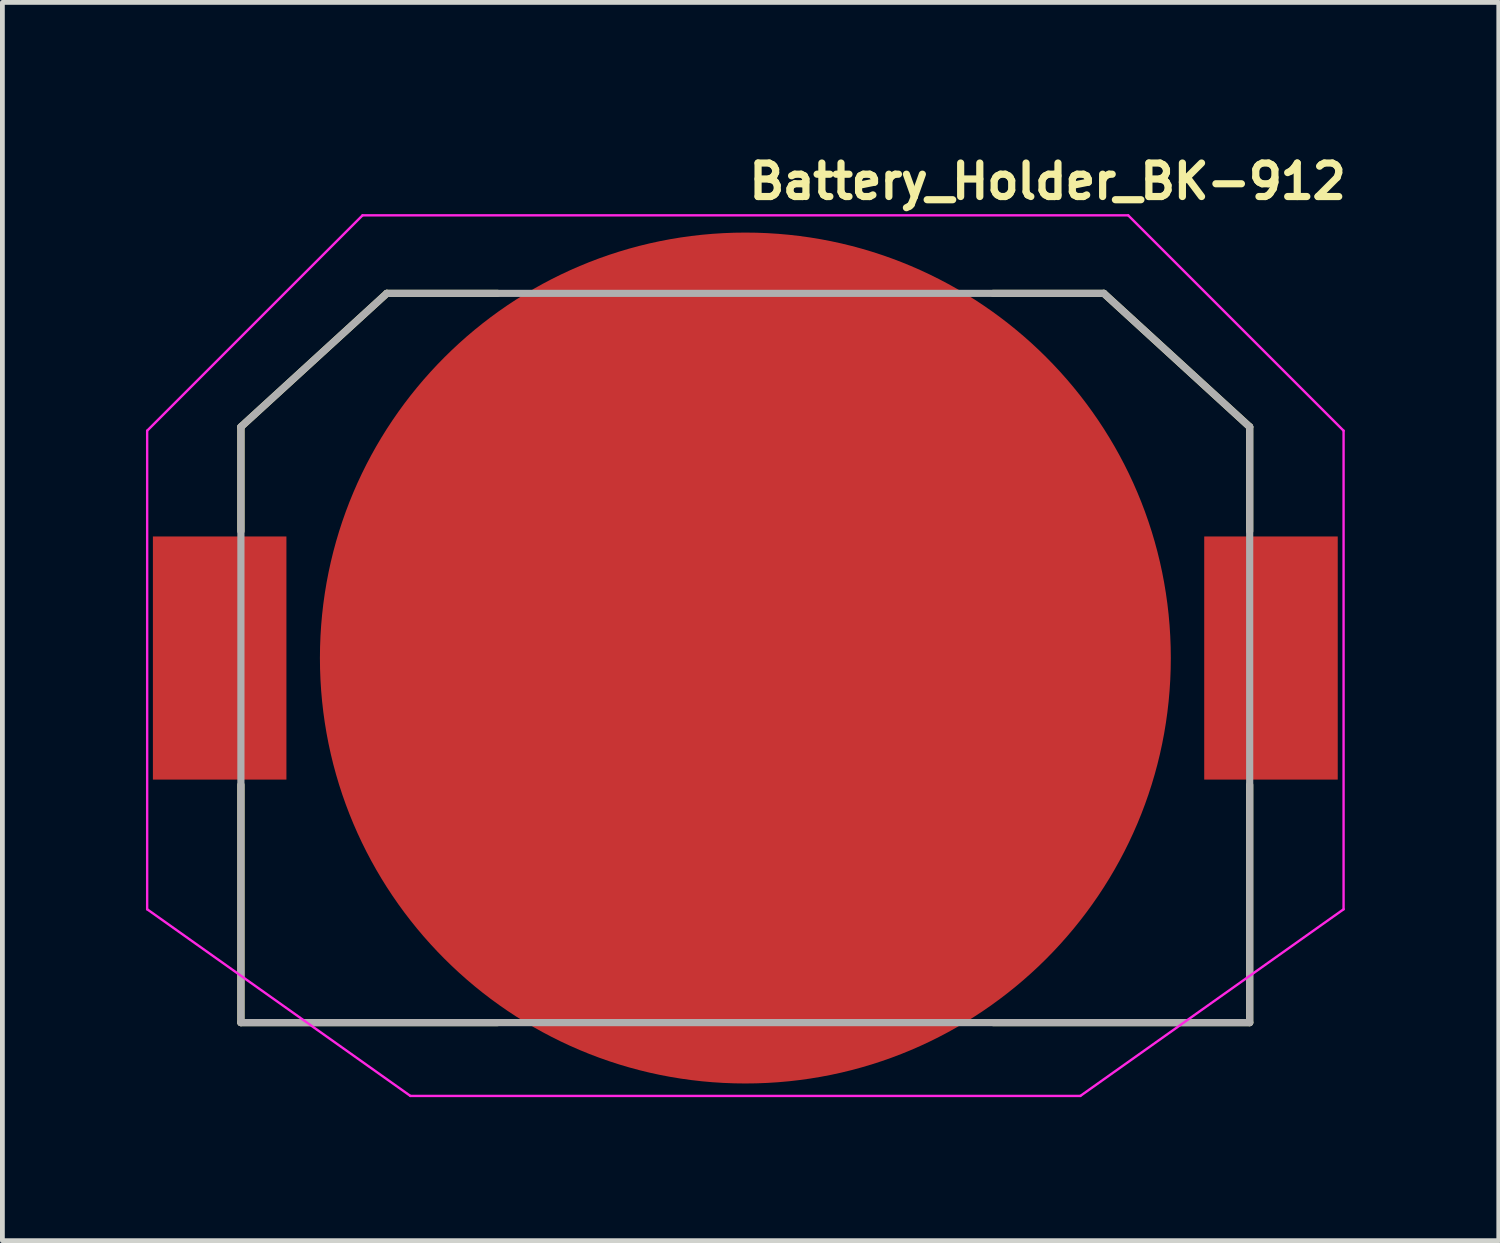
<source format=kicad_pcb>
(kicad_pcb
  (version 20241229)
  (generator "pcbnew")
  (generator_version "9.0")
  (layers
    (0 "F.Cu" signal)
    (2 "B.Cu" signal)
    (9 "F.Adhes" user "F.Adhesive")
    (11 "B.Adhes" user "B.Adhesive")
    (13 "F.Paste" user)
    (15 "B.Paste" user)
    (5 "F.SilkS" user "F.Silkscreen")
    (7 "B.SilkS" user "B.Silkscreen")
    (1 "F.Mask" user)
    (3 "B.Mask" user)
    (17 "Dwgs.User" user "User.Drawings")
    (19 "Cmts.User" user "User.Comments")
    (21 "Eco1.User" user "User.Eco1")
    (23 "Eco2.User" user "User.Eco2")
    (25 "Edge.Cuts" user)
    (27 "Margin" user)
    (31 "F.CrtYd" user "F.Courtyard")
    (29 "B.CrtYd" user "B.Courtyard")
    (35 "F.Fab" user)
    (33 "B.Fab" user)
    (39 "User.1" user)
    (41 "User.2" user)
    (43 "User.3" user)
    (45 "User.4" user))
  (footprint "Battery_Holder_BK-912"
    (layer "F.Cu")
    (at 12.525 10.95)
    (property "Reference" "Battery_Holder_BK-912" (at 0 -9.8 0) (layer "F.SilkS") (effects (font (size 0.7 0.7) (thickness 0.15)) (justify left bottom)))
    (attr smd)
    (fp_line (start -10.541 -5.08) (end -7.492 -7.87) (stroke (width 0.15) (type solid)) (layer "F.SilkS"))
    (fp_line (start -10.541 -2.9) (end -10.541 -5.08) (stroke (width 0.15) (type solid)) (layer "F.SilkS"))
    (fp_line (start -10.541 7.368) (end -10.541 2.4) (stroke (width 0.15) (type solid)) (layer "F.SilkS"))
    (fp_line (start -7.492 -7.87) (end -5.18 -7.87) (stroke (width 0.15) (type solid)) (layer "F.SilkS"))
    (fp_line (start -5.18 7.368) (end -10.541 7.368) (stroke (width 0.15) (type solid)) (layer "F.SilkS"))
    (fp_line (start 5.179 -7.87) (end 7.49 -7.87) (stroke (width 0.15) (type solid)) (layer "F.SilkS"))
    (fp_line (start 7.49 -7.87) (end 10.538 -5.08) (stroke (width 0.15) (type solid)) (layer "F.SilkS"))
    (fp_line (start 10.538 -5.08) (end 10.538 -2.9) (stroke (width 0.15) (type solid)) (layer "F.SilkS"))
    (fp_line (start 10.538 2.4) (end 10.538 7.368) (stroke (width 0.15) (type solid)) (layer "F.SilkS"))
    (fp_line (start 10.538 7.368) (end 5.179 7.368) (stroke (width 0.15) (type solid)) (layer "F.SilkS"))
    (fp_line (start -12.5 -5) (end -8 -9.5) (stroke (width 0.05) (type solid)) (layer "F.CrtYd"))
    (fp_line (start -12.5 5) (end -12.5 -5) (stroke (width 0.05) (type solid)) (layer "F.CrtYd"))
    (fp_line (start -12.5 5) (end -7 8.9) (stroke (width 0.05) (type solid)) (layer "F.CrtYd"))
    (fp_line (start -8 -9.5) (end 8 -9.5) (stroke (width 0.05) (type solid)) (layer "F.CrtYd"))
    (fp_line (start -7 8.9) (end 7 8.9) (stroke (width 0.05) (type solid)) (layer "F.CrtYd"))
    (fp_line (start 7 8.9) (end 12.5 5) (stroke (width 0.05) (type solid)) (layer "F.CrtYd"))
    (fp_line (start 8 -9.5) (end 12.5 -5) (stroke (width 0.05) (type solid)) (layer "F.CrtYd"))
    (fp_line (start 12.5 -5) (end 12.5 5) (stroke (width 0.05) (type solid)) (layer "F.CrtYd"))
    (fp_line (start -10.541 -5.08) (end -7.492 -7.87) (stroke (width 0.15) (type solid)) (layer "F.Fab"))
    (fp_line (start -10.541 7.368) (end -10.541 -5.08) (stroke (width 0.15) (type solid)) (layer "F.Fab"))
    (fp_line (start -7.492 -7.87) (end 7.49 -7.87) (stroke (width 0.15) (type solid)) (layer "F.Fab"))
    (fp_line (start 7.49 -7.87) (end 10.538 -5.08) (stroke (width 0.15) (type solid)) (layer "F.Fab"))
    (fp_line (start 10.538 -5.08) (end 10.538 7.368) (stroke (width 0.15) (type solid)) (layer "F.Fab"))
    (fp_line (start 10.538 7.368) (end -10.541 7.368) (stroke (width 0.15) (type solid)) (layer "F.Fab"))
    (fp_rect (start -11.43 -7.62) (end 11.429 7.618) (stroke (width 0.1) (type solid)) (fill no) (layer "User.5"))
    (fp_line (start -11.43 -2.79) (end -10.641 -2.79) (stroke (width 0.02) (type solid)) (layer "User.9"))
    (fp_line (start -11.43 -1.01) (end -11.43 -2.79) (stroke (width 0.02) (type solid)) (layer "User.9"))
    (fp_line (start -11.43 0.508) (end -10.641 0.508) (stroke (width 0.02) (type solid)) (layer "User.9"))
    (fp_line (start -11.43 2.289) (end -11.43 0.508) (stroke (width 0.02) (type solid)) (layer "User.9"))
    (fp_line (start -10.641 -1.01) (end -11.43 -1.01) (stroke (width 0.02) (type solid)) (layer "User.9"))
    (fp_line (start -10.641 -1.01) (end -10.541 -1.01) (stroke (width 0.02) (type solid)) (layer "User.9"))
    (fp_line (start -10.641 2.289) (end -11.43 2.289) (stroke (width 0.02) (type solid)) (layer "User.9"))
    (fp_line (start -10.641 2.289) (end -10.541 2.289) (stroke (width 0.02) (type solid)) (layer "User.9"))
    (fp_line (start -10.541 -4.667) (end -10.541 -4.667) (stroke (width 0.02) (type solid)) (layer "User.9"))
    (fp_line (start -10.541 -4.667) (end -10.541 -4.667) (stroke (width 0.02) (type solid)) (layer "User.9"))
    (fp_line (start -10.541 -4.667) (end -10.539 -4.667) (stroke (width 0.02) (type solid)) (layer "User.9"))
    (fp_line (start -10.541 -2.79) (end -10.641 -2.79) (stroke (width 0.02) (type solid)) (layer "User.9"))
    (fp_line (start -10.541 -1.01) (end -10.541 -2.79) (stroke (width 0.02) (type solid)) (layer "User.9"))
    (fp_line (start -10.541 0.508) (end -10.641 0.508) (stroke (width 0.02) (type solid)) (layer "User.9"))
    (fp_line (start -10.541 2.289) (end -10.541 0.508) (stroke (width 0.02) (type solid)) (layer "User.9"))
    (fp_line (start -10.541 4.32) (end -10.541 -4.667) (stroke (width 0.02) (type solid)) (layer "User.9"))
    (fp_line (start -10.541 4.326) (end -10.541 4.32) (stroke (width 0.02) (type solid)) (layer "User.9"))
    (fp_line (start -10.539 -4.667) (end -10.536 -4.667) (stroke (width 0.02) (type solid)) (layer "User.9"))
    (fp_line (start -10.539 4.334) (end -10.541 4.326) (stroke (width 0.02) (type solid)) (layer "User.9"))
    (fp_line (start -10.538 4.342) (end -10.539 4.334) (stroke (width 0.02) (type solid)) (layer "User.9"))
    (fp_line (start -10.536 -4.667) (end -10.533 -4.667) (stroke (width 0.02) (type solid)) (layer "User.9"))
    (fp_line (start -10.535 4.35) (end -10.538 4.342) (stroke (width 0.02) (type solid)) (layer "User.9"))
    (fp_line (start -10.533 -4.667) (end -10.526 -4.669) (stroke (width 0.02) (type solid)) (layer "User.9"))
    (fp_line (start -10.53 4.357) (end -10.535 4.35) (stroke (width 0.02) (type solid)) (layer "User.9"))
    (fp_line (start -10.526 -4.669) (end -10.514 -4.669) (stroke (width 0.02) (type solid)) (layer "User.9"))
    (fp_line (start -10.526 4.365) (end -10.53 4.357) (stroke (width 0.02) (type solid)) (layer "User.9"))
    (fp_line (start -10.514 -4.669) (end -10.5 -4.67) (stroke (width 0.02) (type solid)) (layer "User.9"))
    (fp_line (start -10.514 4.381) (end -10.526 4.365) (stroke (width 0.02) (type solid)) (layer "User.9"))
    (fp_line (start -10.5 -4.67) (end -10.483 -4.67) (stroke (width 0.02) (type solid)) (layer "User.9"))
    (fp_line (start -10.5 4.397) (end -10.514 4.381) (stroke (width 0.02) (type solid)) (layer "User.9"))
    (fp_line (start -10.483 -4.67) (end -10.462 -4.67) (stroke (width 0.02) (type solid)) (layer "User.9"))
    (fp_line (start -10.481 4.411) (end -10.5 4.397) (stroke (width 0.02) (type solid)) (layer "User.9"))
    (fp_line (start -10.462 -4.67) (end -10.439 -4.672) (stroke (width 0.02) (type solid)) (layer "User.9"))
    (fp_line (start -10.461 4.427) (end -10.481 4.411) (stroke (width 0.02) (type solid)) (layer "User.9"))
    (fp_line (start -10.439 -4.672) (end -10.439 -4.672) (stroke (width 0.02) (type solid)) (layer "User.9"))
    (fp_line (start -10.439 -4.672) (end -10.324 -4.675) (stroke (width 0.02) (type solid)) (layer "User.9"))
    (fp_line (start -10.437 4.443) (end -10.461 4.427) (stroke (width 0.02) (type solid)) (layer "User.9"))
    (fp_line (start -10.42 -4.941) (end -10.42 -4.943) (stroke (width 0.02) (type solid)) (layer "User.9"))
    (fp_line (start -10.419 -4.941) (end -10.42 -4.941) (stroke (width 0.02) (type solid)) (layer "User.9"))
    (fp_line (start -10.416 -4.936) (end -10.419 -4.941) (stroke (width 0.02) (type solid)) (layer "User.9"))
    (fp_line (start -10.413 4.459) (end -10.437 4.443) (stroke (width 0.02) (type solid)) (layer "User.9"))
    (fp_line (start -10.41 -4.93) (end -10.416 -4.936) (stroke (width 0.02) (type solid)) (layer "User.9"))
    (fp_line (start -10.404 -4.92) (end -10.41 -4.93) (stroke (width 0.02) (type solid)) (layer "User.9"))
    (fp_line (start -10.385 4.474) (end -10.413 4.459) (stroke (width 0.02) (type solid)) (layer "User.9"))
    (fp_line (start -10.382 -4.896) (end -10.404 -4.92) (stroke (width 0.02) (type solid)) (layer "User.9"))
    (fp_line (start -10.356 4.488) (end -10.385 4.474) (stroke (width 0.02) (type solid)) (layer "User.9"))
    (fp_line (start -10.355 -4.862) (end -10.382 -4.896) (stroke (width 0.02) (type solid)) (layer "User.9"))
    (fp_line (start -10.355 -4.862) (end -10.355 -4.862) (stroke (width 0.02) (type solid)) (layer "User.9"))
    (fp_line (start -10.326 4.504) (end -10.356 4.488) (stroke (width 0.02) (type solid)) (layer "User.9"))
    (fp_line (start -10.324 -4.675) (end -10.19 -4.677) (stroke (width 0.02) (type solid)) (layer "User.9"))
    (fp_line (start -10.279 -4.778) (end -10.355 -4.862) (stroke (width 0.02) (type solid)) (layer "User.9"))
    (fp_line (start -10.26 4.536) (end -10.326 4.504) (stroke (width 0.02) (type solid)) (layer "User.9"))
    (fp_line (start -10.19 -4.677) (end -10.279 -4.778) (stroke (width 0.02) (type solid)) (layer "User.9"))
    (fp_line (start -10.19 4.567) (end -10.26 4.536) (stroke (width 0.02) (type solid)) (layer "User.9"))
    (fp_line (start -10.19 4.567) (end -6.103 7.456) (stroke (width 0.02) (type solid)) (layer "User.9"))
    (fp_line (start -8.637 -2.918) (end -8.637 -2.673) (stroke (width 0.02) (type solid)) (layer "User.9"))
    (fp_line (start -8.637 -2.673) (end -8.618 -2.431) (stroke (width 0.02) (type solid)) (layer "User.9"))
    (fp_line (start -8.618 -2.431) (end -8.58 -2.193) (stroke (width 0.02) (type solid)) (layer "User.9"))
    (fp_line (start -8.616 -3.164) (end -8.637 -2.918) (stroke (width 0.02) (type solid)) (layer "User.9"))
    (fp_line (start -8.58 -2.193) (end -8.523 -1.958) (stroke (width 0.02) (type solid)) (layer "User.9"))
    (fp_line (start -8.576 -3.408) (end -8.616 -3.164) (stroke (width 0.02) (type solid)) (layer "User.9"))
    (fp_line (start -8.523 -1.958) (end -8.449 -1.73) (stroke (width 0.02) (type solid)) (layer "User.9"))
    (fp_line (start -8.514 -3.653) (end -8.576 -3.408) (stroke (width 0.02) (type solid)) (layer "User.9"))
    (fp_line (start -8.514 -3.653) (end -8.514 -3.653) (stroke (width 0.02) (type solid)) (layer "User.9"))
    (fp_line (start -8.477 -3.773) (end -8.514 -3.653) (stroke (width 0.02) (type solid)) (layer "User.9"))
    (fp_line (start -8.449 -1.73) (end -8.356 -1.508) (stroke (width 0.02) (type solid)) (layer "User.9"))
    (fp_line (start -8.433 -3.891) (end -8.477 -3.773) (stroke (width 0.02) (type solid)) (layer "User.9"))
    (fp_line (start -8.356 -1.508) (end -8.246 -1.293) (stroke (width 0.02) (type solid)) (layer "User.9"))
    (fp_line (start -8.334 -4.119) (end -8.433 -3.891) (stroke (width 0.02) (type solid)) (layer "User.9"))
    (fp_line (start -8.246 -1.293) (end -8.119 -1.087) (stroke (width 0.02) (type solid)) (layer "User.9"))
    (fp_line (start -8.218 -4.335) (end -8.334 -4.119) (stroke (width 0.02) (type solid)) (layer "User.9"))
    (fp_line (start -8.119 -1.087) (end -7.975 -0.891) (stroke (width 0.02) (type solid)) (layer "User.9"))
    (fp_line (start -8.087 -4.54) (end -8.218 -4.335) (stroke (width 0.02) (type solid)) (layer "User.9"))
    (fp_line (start -7.975 -0.891) (end -7.816 -0.706) (stroke (width 0.02) (type solid)) (layer "User.9"))
    (fp_line (start -7.939 -4.734) (end -8.087 -4.54) (stroke (width 0.02) (type solid)) (layer "User.9"))
    (fp_line (start -7.816 -0.706) (end -7.64 -0.535) (stroke (width 0.02) (type solid)) (layer "User.9"))
    (fp_line (start -7.779 -4.914) (end -7.939 -4.734) (stroke (width 0.02) (type solid)) (layer "User.9"))
    (fp_line (start -7.64 -0.535) (end -7.449 -0.374) (stroke (width 0.02) (type solid)) (layer "User.9"))
    (fp_line (start -7.603 -5.08) (end -7.779 -4.914) (stroke (width 0.02) (type solid)) (layer "User.9"))
    (fp_line (start -7.492 -7.62) (end -10.42 -4.943) (stroke (width 0.02) (type solid)) (layer "User.9"))
    (fp_line (start -7.449 -0.374) (end -7.244 -0.23) (stroke (width 0.02) (type solid)) (layer "User.9"))
    (fp_line (start -7.417 -5.231) (end -7.603 -5.08) (stroke (width 0.02) (type solid)) (layer "User.9"))
    (fp_line (start -7.34 -7.62) (end -7.492 -7.62) (stroke (width 0.02) (type solid)) (layer "User.9"))
    (fp_line (start -7.34 -7.62) (end -7.34 -7.62) (stroke (width 0.02) (type solid)) (layer "User.9"))
    (fp_line (start -7.244 -0.23) (end -7.244 4.32) (stroke (width 0.02) (type solid)) (layer "User.9"))
    (fp_line (start -7.244 4.18) (end -7.242 4.046) (stroke (width 0.02) (type solid)) (layer "User.9"))
    (fp_line (start -7.242 -2.79) (end -7.239 -2.902) (stroke (width 0.02) (type solid)) (layer "User.9"))
    (fp_line (start -7.242 -0.803) (end -7.242 -2.79) (stroke (width 0.02) (type solid)) (layer "User.9"))
    (fp_line (start -7.242 -0.766) (end -7.242 -0.803) (stroke (width 0.02) (type solid)) (layer "User.9"))
    (fp_line (start -7.242 3.528) (end -7.242 -0.766) (stroke (width 0.02) (type solid)) (layer "User.9"))
    (fp_line (start -7.242 4.32) (end -7.244 4.18) (stroke (width 0.02) (type solid)) (layer "User.9"))
    (fp_line (start -7.239 -2.902) (end -7.228 -3.009) (stroke (width 0.02) (type solid)) (layer "User.9"))
    (fp_line (start -7.228 -3.009) (end -7.21 -3.117) (stroke (width 0.02) (type solid)) (layer "User.9"))
    (fp_line (start -7.218 -5.369) (end -7.417 -5.231) (stroke (width 0.02) (type solid)) (layer "User.9"))
    (fp_line (start -7.21 -3.117) (end -7.185 -3.222) (stroke (width 0.02) (type solid)) (layer "User.9"))
    (fp_line (start -7.185 -3.222) (end -7.154 -3.325) (stroke (width 0.02) (type solid)) (layer "User.9"))
    (fp_line (start -7.154 -3.325) (end -7.116 -3.424) (stroke (width 0.02) (type solid)) (layer "User.9"))
    (fp_line (start -7.116 -3.424) (end -7.071 -3.523) (stroke (width 0.02) (type solid)) (layer "User.9"))
    (fp_line (start -7.071 -3.523) (end -7.021 -3.617) (stroke (width 0.02) (type solid)) (layer "User.9"))
    (fp_line (start -7.021 -3.617) (end -6.965 -3.708) (stroke (width 0.02) (type solid)) (layer "User.9"))
    (fp_line (start -7.01 -5.489) (end -7.218 -5.369) (stroke (width 0.02) (type solid)) (layer "User.9"))
    (fp_line (start -6.973 -7.62) (end -7.34 -7.62) (stroke (width 0.02) (type solid)) (layer "User.9"))
    (fp_line (start -6.973 -7.62) (end 6.97 -7.62) (stroke (width 0.02) (type solid)) (layer "User.9"))
    (fp_line (start -6.965 -3.708) (end -6.902 -3.794) (stroke (width 0.02) (type solid)) (layer "User.9"))
    (fp_line (start -6.902 -3.794) (end -6.835 -3.878) (stroke (width 0.02) (type solid)) (layer "User.9"))
    (fp_line (start -6.835 -3.878) (end -6.76 -3.955) (stroke (width 0.02) (type solid)) (layer "User.9"))
    (fp_line (start -6.792 -5.593) (end -7.01 -5.489) (stroke (width 0.02) (type solid)) (layer "User.9"))
    (fp_line (start -6.76 -3.955) (end -6.683 -4.029) (stroke (width 0.02) (type solid)) (layer "User.9"))
    (fp_line (start -6.683 -4.029) (end -6.598 -4.098) (stroke (width 0.02) (type solid)) (layer "User.9"))
    (fp_line (start -6.598 -4.098) (end -6.51 -4.162) (stroke (width 0.02) (type solid)) (layer "User.9"))
    (fp_line (start -6.564 -5.68) (end -6.792 -5.593) (stroke (width 0.02) (type solid)) (layer "User.9"))
    (fp_line (start -6.51 -4.162) (end -6.417 -4.22) (stroke (width 0.02) (type solid)) (layer "User.9"))
    (fp_line (start -6.417 -4.22) (end -6.417 -4.22) (stroke (width 0.02) (type solid)) (layer "User.9"))
    (fp_line (start -6.417 -4.22) (end -6.319 -4.273) (stroke (width 0.02) (type solid)) (layer "User.9"))
    (fp_line (start -6.329 -5.749) (end -6.564 -5.68) (stroke (width 0.02) (type solid)) (layer "User.9"))
    (fp_line (start -6.319 -4.273) (end -6.22 -4.318) (stroke (width 0.02) (type solid)) (layer "User.9"))
    (fp_line (start -6.22 -4.318) (end -6.119 -4.356) (stroke (width 0.02) (type solid)) (layer "User.9"))
    (fp_line (start -6.119 -4.356) (end -6.015 -4.387) (stroke (width 0.02) (type solid)) (layer "User.9"))
    (fp_line (start -6.103 7.456) (end -6.076 7.475) (stroke (width 0.02) (type solid)) (layer "User.9"))
    (fp_line (start -6.09 -5.798) (end -6.329 -5.749) (stroke (width 0.02) (type solid)) (layer "User.9"))
    (fp_line (start -6.076 7.475) (end -6.045 7.493) (stroke (width 0.02) (type solid)) (layer "User.9"))
    (fp_line (start -6.045 7.493) (end -6.016 7.51) (stroke (width 0.02) (type solid)) (layer "User.9"))
    (fp_line (start -6.016 7.51) (end -5.986 7.526) (stroke (width 0.02) (type solid)) (layer "User.9"))
    (fp_line (start -6.015 -4.387) (end -5.911 -4.411) (stroke (width 0.02) (type solid)) (layer "User.9"))
    (fp_line (start -5.986 7.526) (end -5.954 7.541) (stroke (width 0.02) (type solid)) (layer "User.9"))
    (fp_line (start -5.954 7.541) (end -5.923 7.554) (stroke (width 0.02) (type solid)) (layer "User.9"))
    (fp_line (start -5.923 7.554) (end -5.891 7.567) (stroke (width 0.02) (type solid)) (layer "User.9"))
    (fp_line (start -5.911 -4.411) (end -5.805 -4.428) (stroke (width 0.02) (type solid)) (layer "User.9"))
    (fp_line (start -5.891 7.567) (end -5.859 7.578) (stroke (width 0.02) (type solid)) (layer "User.9"))
    (fp_line (start -5.859 7.578) (end -5.827 7.586) (stroke (width 0.02) (type solid)) (layer "User.9"))
    (fp_line (start -5.843 -5.829) (end -6.09 -5.798) (stroke (width 0.02) (type solid)) (layer "User.9"))
    (fp_line (start -5.827 7.586) (end -5.794 7.595) (stroke (width 0.02) (type solid)) (layer "User.9"))
    (fp_line (start -5.805 -4.428) (end -5.697 -4.438) (stroke (width 0.02) (type solid)) (layer "User.9"))
    (fp_line (start -5.794 7.595) (end -5.76 7.602) (stroke (width 0.02) (type solid)) (layer "User.9"))
    (fp_line (start -5.76 7.602) (end -5.726 7.608) (stroke (width 0.02) (type solid)) (layer "User.9"))
    (fp_line (start -5.726 7.608) (end -5.693 7.613) (stroke (width 0.02) (type solid)) (layer "User.9"))
    (fp_line (start -5.718 -5.837) (end -5.843 -5.829) (stroke (width 0.02) (type solid)) (layer "User.9"))
    (fp_line (start -5.697 -4.438) (end -5.59 -4.441) (stroke (width 0.02) (type solid)) (layer "User.9"))
    (fp_line (start -5.693 7.613) (end -5.659 7.616) (stroke (width 0.02) (type solid)) (layer "User.9"))
    (fp_line (start -5.659 7.616) (end -5.625 7.618) (stroke (width 0.02) (type solid)) (layer "User.9"))
    (fp_line (start -5.625 7.618) (end -5.59 7.618) (stroke (width 0.02) (type solid)) (layer "User.9"))
    (fp_line (start -5.592 -5.838) (end -5.718 -5.837) (stroke (width 0.02) (type solid)) (layer "User.9"))
    (fp_line (start -5.592 -5.838) (end -5.592 -5.838) (stroke (width 0.02) (type solid)) (layer "User.9"))
    (fp_line (start -5.59 -4.441) (end -5.484 -4.438) (stroke (width 0.02) (type solid)) (layer "User.9"))
    (fp_line (start -5.59 7.618) (end -5.561 7.618) (stroke (width 0.02) (type solid)) (layer "User.9"))
    (fp_line (start -5.561 7.618) (end -5.531 7.618) (stroke (width 0.02) (type solid)) (layer "User.9"))
    (fp_line (start -5.531 7.618) (end -5.5 7.615) (stroke (width 0.02) (type solid)) (layer "User.9"))
    (fp_line (start -5.5 7.615) (end -5.471 7.611) (stroke (width 0.02) (type solid)) (layer "User.9"))
    (fp_line (start -5.484 -4.438) (end -5.377 -4.428) (stroke (width 0.02) (type solid)) (layer "User.9"))
    (fp_line (start -5.471 7.611) (end -5.443 7.607) (stroke (width 0.02) (type solid)) (layer "User.9"))
    (fp_line (start -5.465 -5.837) (end -5.592 -5.838) (stroke (width 0.02) (type solid)) (layer "User.9"))
    (fp_line (start -5.443 7.607) (end -5.414 7.602) (stroke (width 0.02) (type solid)) (layer "User.9"))
    (fp_line (start -5.414 7.602) (end -5.385 7.594) (stroke (width 0.02) (type solid)) (layer "User.9"))
    (fp_line (start -5.385 7.594) (end -5.356 7.587) (stroke (width 0.02) (type solid)) (layer "User.9"))
    (fp_line (start -5.377 -4.428) (end -5.271 -4.411) (stroke (width 0.02) (type solid)) (layer "User.9"))
    (fp_line (start -5.356 7.587) (end -5.327 7.579) (stroke (width 0.02) (type solid)) (layer "User.9"))
    (fp_line (start -5.34 -5.829) (end -5.465 -5.837) (stroke (width 0.02) (type solid)) (layer "User.9"))
    (fp_line (start -5.327 7.579) (end -5.3 7.57) (stroke (width 0.02) (type solid)) (layer "User.9"))
    (fp_line (start -5.3 7.57) (end -5.271 7.56) (stroke (width 0.02) (type solid)) (layer "User.9"))
    (fp_line (start -5.271 -4.411) (end -5.167 -4.387) (stroke (width 0.02) (type solid)) (layer "User.9"))
    (fp_line (start -5.271 7.56) (end -5.244 7.549) (stroke (width 0.02) (type solid)) (layer "User.9"))
    (fp_line (start -5.244 7.549) (end -5.218 7.538) (stroke (width 0.02) (type solid)) (layer "User.9"))
    (fp_line (start -5.218 7.538) (end -5.191 7.525) (stroke (width 0.02) (type solid)) (layer "User.9"))
    (fp_line (start -5.215 -5.816) (end -5.34 -5.829) (stroke (width 0.02) (type solid)) (layer "User.9"))
    (fp_line (start -5.191 7.525) (end -5.164 7.51) (stroke (width 0.02) (type solid)) (layer "User.9"))
    (fp_line (start -5.167 -4.387) (end -5.063 -4.356) (stroke (width 0.02) (type solid)) (layer "User.9"))
    (fp_line (start -5.164 7.51) (end -5.138 7.496) (stroke (width 0.02) (type solid)) (layer "User.9"))
    (fp_line (start -5.093 -5.798) (end -5.215 -5.816) (stroke (width 0.02) (type solid)) (layer "User.9"))
    (fp_line (start -5.063 -4.356) (end -4.962 -4.318) (stroke (width 0.02) (type solid)) (layer "User.9"))
    (fp_line (start -4.971 -5.776) (end -5.093 -5.798) (stroke (width 0.02) (type solid)) (layer "User.9"))
    (fp_line (start -4.962 -4.318) (end -4.862 -4.273) (stroke (width 0.02) (type solid)) (layer "User.9"))
    (fp_line (start -4.862 -4.273) (end -4.765 -4.22) (stroke (width 0.02) (type solid)) (layer "User.9"))
    (fp_line (start -4.853 -5.749) (end -4.971 -5.776) (stroke (width 0.02) (type solid)) (layer "User.9"))
    (fp_line (start -4.765 -4.22) (end -4.765 -4.22) (stroke (width 0.02) (type solid)) (layer "User.9"))
    (fp_line (start -4.765 -4.22) (end -4.718 -4.193) (stroke (width 0.02) (type solid)) (layer "User.9"))
    (fp_line (start -4.734 -5.717) (end -4.853 -5.749) (stroke (width 0.02) (type solid)) (layer "User.9"))
    (fp_line (start -4.718 -4.193) (end -4.672 -4.162) (stroke (width 0.02) (type solid)) (layer "User.9"))
    (fp_line (start -4.672 -4.162) (end -4.627 -4.132) (stroke (width 0.02) (type solid)) (layer "User.9"))
    (fp_line (start -4.627 -4.132) (end -4.584 -4.098) (stroke (width 0.02) (type solid)) (layer "User.9"))
    (fp_line (start -4.617 -5.68) (end -4.734 -5.717) (stroke (width 0.02) (type solid)) (layer "User.9"))
    (fp_line (start -4.584 -4.098) (end -4.54 -4.066) (stroke (width 0.02) (type solid)) (layer "User.9"))
    (fp_line (start -4.54 -4.066) (end -4.499 -4.029) (stroke (width 0.02) (type solid)) (layer "User.9"))
    (fp_line (start -4.536 7.168) (end -5.138 7.496) (stroke (width 0.02) (type solid)) (layer "User.9"))
    (fp_line (start -4.504 -5.638) (end -4.617 -5.68) (stroke (width 0.02) (type solid)) (layer "User.9"))
    (fp_line (start -4.499 -4.029) (end -4.46 -3.993) (stroke (width 0.02) (type solid)) (layer "User.9"))
    (fp_line (start -4.46 -3.993) (end -4.422 -3.955) (stroke (width 0.02) (type solid)) (layer "User.9"))
    (fp_line (start -4.422 -3.955) (end -4.383 -3.918) (stroke (width 0.02) (type solid)) (layer "User.9"))
    (fp_line (start -4.39 -5.593) (end -4.504 -5.638) (stroke (width 0.02) (type solid)) (layer "User.9"))
    (fp_line (start -4.383 -3.918) (end -4.348 -3.878) (stroke (width 0.02) (type solid)) (layer "User.9"))
    (fp_line (start -4.348 -3.878) (end -4.313 -3.837) (stroke (width 0.02) (type solid)) (layer "User.9"))
    (fp_line (start -4.313 -3.837) (end -4.279 -3.794) (stroke (width 0.02) (type solid)) (layer "User.9"))
    (fp_line (start -4.281 -5.544) (end -4.39 -5.593) (stroke (width 0.02) (type solid)) (layer "User.9"))
    (fp_line (start -4.279 -3.794) (end -4.247 -3.751) (stroke (width 0.02) (type solid)) (layer "User.9"))
    (fp_line (start -4.247 -3.751) (end -4.218 -3.708) (stroke (width 0.02) (type solid)) (layer "User.9"))
    (fp_line (start -4.218 -3.708) (end -4.188 -3.662) (stroke (width 0.02) (type solid)) (layer "User.9"))
    (fp_line (start -4.188 -3.662) (end -4.162 -3.617) (stroke (width 0.02) (type solid)) (layer "User.9"))
    (fp_line (start -4.172 -5.489) (end -4.281 -5.544) (stroke (width 0.02) (type solid)) (layer "User.9"))
    (fp_line (start -4.162 -3.617) (end -4.135 -3.569) (stroke (width 0.02) (type solid)) (layer "User.9"))
    (fp_line (start -4.135 -3.569) (end -4.111 -3.523) (stroke (width 0.02) (type solid)) (layer "User.9"))
    (fp_line (start -4.111 -3.523) (end -4.087 -3.473) (stroke (width 0.02) (type solid)) (layer "User.9"))
    (fp_line (start -4.087 -3.473) (end -4.066 -3.424) (stroke (width 0.02) (type solid)) (layer "User.9"))
    (fp_line (start -4.068 -5.43) (end -4.172 -5.489) (stroke (width 0.02) (type solid)) (layer "User.9"))
    (fp_line (start -4.066 -3.424) (end -4.047 -3.375) (stroke (width 0.02) (type solid)) (layer "User.9"))
    (fp_line (start -4.047 -3.375) (end -4.029 -3.325) (stroke (width 0.02) (type solid)) (layer "User.9"))
    (fp_line (start -4.029 -3.325) (end -4.013 -3.274) (stroke (width 0.02) (type solid)) (layer "User.9"))
    (fp_line (start -4.013 -3.274) (end -3.997 -3.222) (stroke (width 0.02) (type solid)) (layer "User.9"))
    (fp_line (start -3.997 -3.222) (end -3.984 -3.169) (stroke (width 0.02) (type solid)) (layer "User.9"))
    (fp_line (start -3.984 -3.169) (end -3.972 -3.117) (stroke (width 0.02) (type solid)) (layer "User.9"))
    (fp_line (start -3.972 -3.117) (end -3.963 -3.064) (stroke (width 0.02) (type solid)) (layer "User.9"))
    (fp_line (start -3.963 -5.369) (end -4.068 -5.43) (stroke (width 0.02) (type solid)) (layer "User.9"))
    (fp_line (start -3.963 -3.064) (end -3.955 -3.009) (stroke (width 0.02) (type solid)) (layer "User.9"))
    (fp_line (start -3.955 -3.009) (end -3.948 -2.956) (stroke (width 0.02) (type solid)) (layer "User.9"))
    (fp_line (start -3.948 -2.956) (end -3.943 -2.902) (stroke (width 0.02) (type solid)) (layer "User.9"))
    (fp_line (start -3.943 -2.902) (end -3.94 -2.847) (stroke (width 0.02) (type solid)) (layer "User.9"))
    (fp_line (start -3.94 -2.847) (end -3.939 -2.79) (stroke (width 0.02) (type solid)) (layer "User.9"))
    (fp_line (start -3.939 -0.803) (end -3.939 -2.79) (stroke (width 0.02) (type solid)) (layer "User.9"))
    (fp_line (start -3.939 -0.766) (end -3.939 -0.803) (stroke (width 0.02) (type solid)) (layer "User.9"))
    (fp_line (start -3.939 -0.23) (end -3.834 -0.3) (stroke (width 0.02) (type solid)) (layer "User.9"))
    (fp_line (start -3.939 3.528) (end -3.939 -0.766) (stroke (width 0.02) (type solid)) (layer "User.9"))
    (fp_line (start -3.939 4.18) (end -3.939 4.046) (stroke (width 0.02) (type solid)) (layer "User.9"))
    (fp_line (start -3.939 4.32) (end -3.939 -0.23) (stroke (width 0.02) (type solid)) (layer "User.9"))
    (fp_line (start -3.939 4.32) (end -3.939 4.18) (stroke (width 0.02) (type solid)) (layer "User.9"))
    (fp_line (start -3.916 6.882) (end -4.536 7.168) (stroke (width 0.02) (type solid)) (layer "User.9"))
    (fp_line (start -3.863 -5.303) (end -3.963 -5.369) (stroke (width 0.02) (type solid)) (layer "User.9"))
    (fp_line (start -3.834 -0.3) (end -3.733 -0.374) (stroke (width 0.02) (type solid)) (layer "User.9"))
    (fp_line (start -3.766 -5.231) (end -3.863 -5.303) (stroke (width 0.02) (type solid)) (layer "User.9"))
    (fp_line (start -3.733 -0.374) (end -3.636 -0.453) (stroke (width 0.02) (type solid)) (layer "User.9"))
    (fp_line (start -3.67 -5.157) (end -3.766 -5.231) (stroke (width 0.02) (type solid)) (layer "User.9"))
    (fp_line (start -3.636 -0.453) (end -3.543 -0.535) (stroke (width 0.02) (type solid)) (layer "User.9"))
    (fp_line (start -3.579 -5.08) (end -3.67 -5.157) (stroke (width 0.02) (type solid)) (layer "User.9"))
    (fp_line (start -3.543 -0.535) (end -3.452 -0.618) (stroke (width 0.02) (type solid)) (layer "User.9"))
    (fp_line (start -3.489 -4.999) (end -3.579 -5.08) (stroke (width 0.02) (type solid)) (layer "User.9"))
    (fp_line (start -3.452 -0.618) (end -3.367 -0.706) (stroke (width 0.02) (type solid)) (layer "User.9"))
    (fp_line (start -3.403 -4.914) (end -3.489 -4.999) (stroke (width 0.02) (type solid)) (layer "User.9"))
    (fp_line (start -3.367 -0.706) (end -3.285 -0.798) (stroke (width 0.02) (type solid)) (layer "User.9"))
    (fp_line (start -3.322 -4.826) (end -3.403 -4.914) (stroke (width 0.02) (type solid)) (layer "User.9"))
    (fp_line (start -3.285 -0.798) (end -3.207 -0.891) (stroke (width 0.02) (type solid)) (layer "User.9"))
    (fp_line (start -3.285 6.642) (end -3.916 6.882) (stroke (width 0.02) (type solid)) (layer "User.9"))
    (fp_line (start -3.242 -4.734) (end -3.322 -4.826) (stroke (width 0.02) (type solid)) (layer "User.9"))
    (fp_line (start -3.207 -0.891) (end -3.133 -0.988) (stroke (width 0.02) (type solid)) (layer "User.9"))
    (fp_line (start -3.166 -4.64) (end -3.242 -4.734) (stroke (width 0.02) (type solid)) (layer "User.9"))
    (fp_line (start -3.133 -0.988) (end -3.064 -1.087) (stroke (width 0.02) (type solid)) (layer "User.9"))
    (fp_line (start -3.096 -4.54) (end -3.166 -4.64) (stroke (width 0.02) (type solid)) (layer "User.9"))
    (fp_line (start -3.064 -1.087) (end -2.997 -1.188) (stroke (width 0.02) (type solid)) (layer "User.9"))
    (fp_line (start -3.028 -4.439) (end -3.096 -4.54) (stroke (width 0.02) (type solid)) (layer "User.9"))
    (fp_line (start -2.997 -1.188) (end -2.936 -1.293) (stroke (width 0.02) (type solid)) (layer "User.9"))
    (fp_line (start -2.964 -4.335) (end -3.028 -4.439) (stroke (width 0.02) (type solid)) (layer "User.9"))
    (fp_line (start -2.936 -1.293) (end -2.879 -1.399) (stroke (width 0.02) (type solid)) (layer "User.9"))
    (fp_line (start -2.903 -4.228) (end -2.964 -4.335) (stroke (width 0.02) (type solid)) (layer "User.9"))
    (fp_line (start -2.879 -1.399) (end -2.827 -1.508) (stroke (width 0.02) (type solid)) (layer "User.9"))
    (fp_line (start -2.847 -4.119) (end -2.903 -4.228) (stroke (width 0.02) (type solid)) (layer "User.9"))
    (fp_line (start -2.827 -1.508) (end -2.778 -1.617) (stroke (width 0.02) (type solid)) (layer "User.9"))
    (fp_line (start -2.795 -4.005) (end -2.847 -4.119) (stroke (width 0.02) (type solid)) (layer "User.9"))
    (fp_line (start -2.778 -1.617) (end -2.734 -1.73) (stroke (width 0.02) (type solid)) (layer "User.9"))
    (fp_line (start -2.749 -3.891) (end -2.795 -4.005) (stroke (width 0.02) (type solid)) (layer "User.9"))
    (fp_line (start -2.734 -1.73) (end -2.694 -1.843) (stroke (width 0.02) (type solid)) (layer "User.9"))
    (fp_line (start -2.706 -3.773) (end -2.749 -3.891) (stroke (width 0.02) (type solid)) (layer "User.9"))
    (fp_line (start -2.694 -1.843) (end -2.658 -1.958) (stroke (width 0.02) (type solid)) (layer "User.9"))
    (fp_line (start -2.668 -3.653) (end -2.706 -3.773) (stroke (width 0.02) (type solid)) (layer "User.9"))
    (fp_line (start -2.668 -3.653) (end -2.668 -3.653) (stroke (width 0.02) (type solid)) (layer "User.9"))
    (fp_line (start -2.658 -1.958) (end -2.629 -2.076) (stroke (width 0.02) (type solid)) (layer "User.9"))
    (fp_line (start -2.641 6.445) (end -3.285 6.642) (stroke (width 0.02) (type solid)) (layer "User.9"))
    (fp_line (start -2.634 -3.531) (end -2.668 -3.653) (stroke (width 0.02) (type solid)) (layer "User.9"))
    (fp_line (start -2.629 -2.076) (end -2.602 -2.193) (stroke (width 0.02) (type solid)) (layer "User.9"))
    (fp_line (start -2.606 -3.408) (end -2.634 -3.531) (stroke (width 0.02) (type solid)) (layer "User.9"))
    (fp_line (start -2.602 -2.193) (end -2.581 -2.311) (stroke (width 0.02) (type solid)) (layer "User.9"))
    (fp_line (start -2.584 -3.286) (end -2.606 -3.408) (stroke (width 0.02) (type solid)) (layer "User.9"))
    (fp_line (start -2.581 -2.311) (end -2.565 -2.431) (stroke (width 0.02) (type solid)) (layer "User.9"))
    (fp_line (start -2.565 -3.164) (end -2.584 -3.286) (stroke (width 0.02) (type solid)) (layer "User.9"))
    (fp_line (start -2.565 -2.431) (end -2.552 -2.552) (stroke (width 0.02) (type solid)) (layer "User.9"))
    (fp_line (start -2.553 -3.04) (end -2.565 -3.164) (stroke (width 0.02) (type solid)) (layer "User.9"))
    (fp_line (start -2.552 -2.552) (end -2.545 -2.673) (stroke (width 0.02) (type solid)) (layer "User.9"))
    (fp_line (start -2.545 -2.918) (end -2.553 -3.04) (stroke (width 0.02) (type solid)) (layer "User.9"))
    (fp_line (start -2.545 -2.673) (end -2.543 -2.795) (stroke (width 0.02) (type solid)) (layer "User.9"))
    (fp_line (start -2.543 -2.795) (end -2.545 -2.918) (stroke (width 0.02) (type solid)) (layer "User.9"))
    (fp_line (start -1.988 6.291) (end -2.641 6.445) (stroke (width 0.02) (type solid)) (layer "User.9"))
    (fp_line (start -1.331 6.182) (end -1.988 6.291) (stroke (width 0.02) (type solid)) (layer "User.9"))
    (fp_line (start -0.667 6.116) (end -1.331 6.182) (stroke (width 0.02) (type solid)) (layer "User.9"))
    (fp_line (start 0 6.094) (end -0.667 6.116) (stroke (width 0.02) (type solid)) (layer "User.9"))
    (fp_line (start 0.665 6.116) (end 0 6.094) (stroke (width 0.02) (type solid)) (layer "User.9"))
    (fp_line (start 1.328 6.182) (end 0.665 6.116) (stroke (width 0.02) (type solid)) (layer "User.9"))
    (fp_line (start 1.987 6.291) (end 1.328 6.182) (stroke (width 0.02) (type solid)) (layer "User.9"))
    (fp_line (start 2.54 -2.795) (end 2.543 -2.918) (stroke (width 0.02) (type solid)) (layer "User.9"))
    (fp_line (start 2.543 -2.918) (end 2.551 -3.04) (stroke (width 0.02) (type solid)) (layer "User.9"))
    (fp_line (start 2.543 -2.673) (end 2.54 -2.795) (stroke (width 0.02) (type solid)) (layer "User.9"))
    (fp_line (start 2.551 -3.04) (end 2.564 -3.164) (stroke (width 0.02) (type solid)) (layer "User.9"))
    (fp_line (start 2.551 -2.552) (end 2.543 -2.673) (stroke (width 0.02) (type solid)) (layer "User.9"))
    (fp_line (start 2.563 -2.431) (end 2.551 -2.552) (stroke (width 0.02) (type solid)) (layer "User.9"))
    (fp_line (start 2.564 -3.164) (end 2.581 -3.286) (stroke (width 0.02) (type solid)) (layer "User.9"))
    (fp_line (start 2.579 -2.311) (end 2.563 -2.431) (stroke (width 0.02) (type solid)) (layer "User.9"))
    (fp_line (start 2.581 -3.286) (end 2.604 -3.408) (stroke (width 0.02) (type solid)) (layer "User.9"))
    (fp_line (start 2.6 -2.193) (end 2.579 -2.311) (stroke (width 0.02) (type solid)) (layer "User.9"))
    (fp_line (start 2.604 -3.408) (end 2.632 -3.531) (stroke (width 0.02) (type solid)) (layer "User.9"))
    (fp_line (start 2.627 -2.076) (end 2.6 -2.193) (stroke (width 0.02) (type solid)) (layer "User.9"))
    (fp_line (start 2.632 -3.531) (end 2.665 -3.653) (stroke (width 0.02) (type solid)) (layer "User.9"))
    (fp_line (start 2.64 6.445) (end 1.987 6.291) (stroke (width 0.02) (type solid)) (layer "User.9"))
    (fp_line (start 2.656 -1.958) (end 2.627 -2.076) (stroke (width 0.02) (type solid)) (layer "User.9"))
    (fp_line (start 2.665 -3.653) (end 2.665 -3.653) (stroke (width 0.02) (type solid)) (layer "User.9"))
    (fp_line (start 2.665 -3.653) (end 2.704 -3.773) (stroke (width 0.02) (type solid)) (layer "User.9"))
    (fp_line (start 2.693 -1.843) (end 2.656 -1.958) (stroke (width 0.02) (type solid)) (layer "User.9"))
    (fp_line (start 2.704 -3.773) (end 2.746 -3.891) (stroke (width 0.02) (type solid)) (layer "User.9"))
    (fp_line (start 2.732 -1.73) (end 2.693 -1.843) (stroke (width 0.02) (type solid)) (layer "User.9"))
    (fp_line (start 2.746 -3.891) (end 2.793 -4.005) (stroke (width 0.02) (type solid)) (layer "User.9"))
    (fp_line (start 2.776 -1.617) (end 2.732 -1.73) (stroke (width 0.02) (type solid)) (layer "User.9"))
    (fp_line (start 2.793 -4.005) (end 2.846 -4.119) (stroke (width 0.02) (type solid)) (layer "User.9"))
    (fp_line (start 2.825 -1.508) (end 2.776 -1.617) (stroke (width 0.02) (type solid)) (layer "User.9"))
    (fp_line (start 2.846 -4.119) (end 2.902 -4.228) (stroke (width 0.02) (type solid)) (layer "User.9"))
    (fp_line (start 2.878 -1.399) (end 2.825 -1.508) (stroke (width 0.02) (type solid)) (layer "User.9"))
    (fp_line (start 2.902 -4.228) (end 2.962 -4.335) (stroke (width 0.02) (type solid)) (layer "User.9"))
    (fp_line (start 2.934 -1.293) (end 2.878 -1.399) (stroke (width 0.02) (type solid)) (layer "User.9"))
    (fp_line (start 2.962 -4.335) (end 3.026 -4.439) (stroke (width 0.02) (type solid)) (layer "User.9"))
    (fp_line (start 2.995 -1.188) (end 2.934 -1.293) (stroke (width 0.02) (type solid)) (layer "User.9"))
    (fp_line (start 3.026 -4.439) (end 3.093 -4.54) (stroke (width 0.02) (type solid)) (layer "User.9"))
    (fp_line (start 3.062 -1.087) (end 2.995 -1.188) (stroke (width 0.02) (type solid)) (layer "User.9"))
    (fp_line (start 3.093 -4.54) (end 3.164 -4.64) (stroke (width 0.02) (type solid)) (layer "User.9"))
    (fp_line (start 3.132 -0.988) (end 3.062 -1.087) (stroke (width 0.02) (type solid)) (layer "User.9"))
    (fp_line (start 3.164 -4.64) (end 3.241 -4.734) (stroke (width 0.02) (type solid)) (layer "User.9"))
    (fp_line (start 3.205 -0.891) (end 3.132 -0.988) (stroke (width 0.02) (type solid)) (layer "User.9"))
    (fp_line (start 3.241 -4.734) (end 3.32 -4.826) (stroke (width 0.02) (type solid)) (layer "User.9"))
    (fp_line (start 3.282 -0.798) (end 3.205 -0.891) (stroke (width 0.02) (type solid)) (layer "User.9"))
    (fp_line (start 3.282 6.642) (end 2.64 6.445) (stroke (width 0.02) (type solid)) (layer "User.9"))
    (fp_line (start 3.32 -4.826) (end 3.402 -4.914) (stroke (width 0.02) (type solid)) (layer "User.9"))
    (fp_line (start 3.365 -0.706) (end 3.282 -0.798) (stroke (width 0.02) (type solid)) (layer "User.9"))
    (fp_line (start 3.402 -4.914) (end 3.487 -4.999) (stroke (width 0.02) (type solid)) (layer "User.9"))
    (fp_line (start 3.45 -0.618) (end 3.365 -0.706) (stroke (width 0.02) (type solid)) (layer "User.9"))
    (fp_line (start 3.487 -4.999) (end 3.576 -5.08) (stroke (width 0.02) (type solid)) (layer "User.9"))
    (fp_line (start 3.54 -0.535) (end 3.45 -0.618) (stroke (width 0.02) (type solid)) (layer "User.9"))
    (fp_line (start 3.576 -5.08) (end 3.668 -5.157) (stroke (width 0.02) (type solid)) (layer "User.9"))
    (fp_line (start 3.633 -0.453) (end 3.54 -0.535) (stroke (width 0.02) (type solid)) (layer "User.9"))
    (fp_line (start 3.668 -5.157) (end 3.764 -5.231) (stroke (width 0.02) (type solid)) (layer "User.9"))
    (fp_line (start 3.73 -0.374) (end 3.633 -0.453) (stroke (width 0.02) (type solid)) (layer "User.9"))
    (fp_line (start 3.764 -5.231) (end 3.862 -5.303) (stroke (width 0.02) (type solid)) (layer "User.9"))
    (fp_line (start 3.832 -0.3) (end 3.73 -0.374) (stroke (width 0.02) (type solid)) (layer "User.9"))
    (fp_line (start 3.862 -5.303) (end 3.962 -5.369) (stroke (width 0.02) (type solid)) (layer "User.9"))
    (fp_line (start 3.914 6.882) (end 3.282 6.642) (stroke (width 0.02) (type solid)) (layer "User.9"))
    (fp_line (start 3.937 -0.23) (end 3.832 -0.3) (stroke (width 0.02) (type solid)) (layer "User.9"))
    (fp_line (start 3.937 4.18) (end 3.938 4.046) (stroke (width 0.02) (type solid)) (layer "User.9"))
    (fp_line (start 3.937 4.32) (end 3.937 -0.23) (stroke (width 0.02) (type solid)) (layer "User.9"))
    (fp_line (start 3.938 -2.847) (end 3.938 -2.79) (stroke (width 0.02) (type solid)) (layer "User.9"))
    (fp_line (start 3.938 -0.803) (end 3.938 -2.79) (stroke (width 0.02) (type solid)) (layer "User.9"))
    (fp_line (start 3.938 -0.766) (end 3.938 -0.803) (stroke (width 0.02) (type solid)) (layer "User.9"))
    (fp_line (start 3.938 3.528) (end 3.938 -0.766) (stroke (width 0.02) (type solid)) (layer "User.9"))
    (fp_line (start 3.938 4.32) (end 3.937 4.18) (stroke (width 0.02) (type solid)) (layer "User.9"))
    (fp_line (start 3.942 -2.902) (end 3.938 -2.847) (stroke (width 0.02) (type solid)) (layer "User.9"))
    (fp_line (start 3.946 -2.956) (end 3.942 -2.902) (stroke (width 0.02) (type solid)) (layer "User.9"))
    (fp_line (start 3.953 -3.009) (end 3.946 -2.956) (stroke (width 0.02) (type solid)) (layer "User.9"))
    (fp_line (start 3.961 -3.064) (end 3.953 -3.009) (stroke (width 0.02) (type solid)) (layer "User.9"))
    (fp_line (start 3.962 -5.369) (end 4.065 -5.43) (stroke (width 0.02) (type solid)) (layer "User.9"))
    (fp_line (start 3.971 -3.117) (end 3.961 -3.064) (stroke (width 0.02) (type solid)) (layer "User.9"))
    (fp_line (start 3.982 -3.169) (end 3.971 -3.117) (stroke (width 0.02) (type solid)) (layer "User.9"))
    (fp_line (start 3.995 -3.222) (end 3.982 -3.169) (stroke (width 0.02) (type solid)) (layer "User.9"))
    (fp_line (start 4.011 -3.274) (end 3.995 -3.222) (stroke (width 0.02) (type solid)) (layer "User.9"))
    (fp_line (start 4.027 -3.325) (end 4.011 -3.274) (stroke (width 0.02) (type solid)) (layer "User.9"))
    (fp_line (start 4.044 -3.375) (end 4.027 -3.325) (stroke (width 0.02) (type solid)) (layer "User.9"))
    (fp_line (start 4.065 -5.43) (end 4.171 -5.489) (stroke (width 0.02) (type solid)) (layer "User.9"))
    (fp_line (start 4.065 -3.424) (end 4.044 -3.375) (stroke (width 0.02) (type solid)) (layer "User.9"))
    (fp_line (start 4.086 -3.473) (end 4.065 -3.424) (stroke (width 0.02) (type solid)) (layer "User.9"))
    (fp_line (start 4.108 -3.523) (end 4.086 -3.473) (stroke (width 0.02) (type solid)) (layer "User.9"))
    (fp_line (start 4.134 -3.569) (end 4.108 -3.523) (stroke (width 0.02) (type solid)) (layer "User.9"))
    (fp_line (start 4.16 -3.617) (end 4.134 -3.569) (stroke (width 0.02) (type solid)) (layer "User.9"))
    (fp_line (start 4.171 -5.489) (end 4.278 -5.544) (stroke (width 0.02) (type solid)) (layer "User.9"))
    (fp_line (start 4.187 -3.662) (end 4.16 -3.617) (stroke (width 0.02) (type solid)) (layer "User.9"))
    (fp_line (start 4.216 -3.708) (end 4.187 -3.662) (stroke (width 0.02) (type solid)) (layer "User.9"))
    (fp_line (start 4.246 -3.751) (end 4.216 -3.708) (stroke (width 0.02) (type solid)) (layer "User.9"))
    (fp_line (start 4.278 -5.544) (end 4.389 -5.593) (stroke (width 0.02) (type solid)) (layer "User.9"))
    (fp_line (start 4.278 -3.794) (end 4.246 -3.751) (stroke (width 0.02) (type solid)) (layer "User.9"))
    (fp_line (start 4.312 -3.837) (end 4.278 -3.794) (stroke (width 0.02) (type solid)) (layer "User.9"))
    (fp_line (start 4.345 -3.878) (end 4.312 -3.837) (stroke (width 0.02) (type solid)) (layer "User.9"))
    (fp_line (start 4.381 -3.918) (end 4.345 -3.878) (stroke (width 0.02) (type solid)) (layer "User.9"))
    (fp_line (start 4.389 -5.593) (end 4.501 -5.638) (stroke (width 0.02) (type solid)) (layer "User.9"))
    (fp_line (start 4.419 -3.955) (end 4.381 -3.918) (stroke (width 0.02) (type solid)) (layer "User.9"))
    (fp_line (start 4.458 -3.993) (end 4.419 -3.955) (stroke (width 0.02) (type solid)) (layer "User.9"))
    (fp_line (start 4.498 -4.029) (end 4.458 -3.993) (stroke (width 0.02) (type solid)) (layer "User.9"))
    (fp_line (start 4.501 -5.638) (end 4.615 -5.68) (stroke (width 0.02) (type solid)) (layer "User.9"))
    (fp_line (start 4.533 7.168) (end 3.914 6.882) (stroke (width 0.02) (type solid)) (layer "User.9"))
    (fp_line (start 4.538 -4.066) (end 4.498 -4.029) (stroke (width 0.02) (type solid)) (layer "User.9"))
    (fp_line (start 4.581 -4.098) (end 4.538 -4.066) (stroke (width 0.02) (type solid)) (layer "User.9"))
    (fp_line (start 4.615 -5.68) (end 4.732 -5.717) (stroke (width 0.02) (type solid)) (layer "User.9"))
    (fp_line (start 4.626 -4.132) (end 4.581 -4.098) (stroke (width 0.02) (type solid)) (layer "User.9"))
    (fp_line (start 4.671 -4.162) (end 4.626 -4.132) (stroke (width 0.02) (type solid)) (layer "User.9"))
    (fp_line (start 4.717 -4.193) (end 4.671 -4.162) (stroke (width 0.02) (type solid)) (layer "User.9"))
    (fp_line (start 4.732 -5.717) (end 4.85 -5.749) (stroke (width 0.02) (type solid)) (layer "User.9"))
    (fp_line (start 4.764 -4.22) (end 4.717 -4.193) (stroke (width 0.02) (type solid)) (layer "User.9"))
    (fp_line (start 4.764 -4.22) (end 4.764 -4.22) (stroke (width 0.02) (type solid)) (layer "User.9"))
    (fp_line (start 4.85 -5.749) (end 4.969 -5.776) (stroke (width 0.02) (type solid)) (layer "User.9"))
    (fp_line (start 4.86 -4.273) (end 4.764 -4.22) (stroke (width 0.02) (type solid)) (layer "User.9"))
    (fp_line (start 4.961 -4.318) (end 4.86 -4.273) (stroke (width 0.02) (type solid)) (layer "User.9"))
    (fp_line (start 4.969 -5.776) (end 5.091 -5.798) (stroke (width 0.02) (type solid)) (layer "User.9"))
    (fp_line (start 5.062 -4.356) (end 4.961 -4.318) (stroke (width 0.02) (type solid)) (layer "User.9"))
    (fp_line (start 5.091 -5.798) (end 5.214 -5.816) (stroke (width 0.02) (type solid)) (layer "User.9"))
    (fp_line (start 5.137 7.496) (end 4.533 7.168) (stroke (width 0.02) (type solid)) (layer "User.9"))
    (fp_line (start 5.163 7.51) (end 5.137 7.496) (stroke (width 0.02) (type solid)) (layer "User.9"))
    (fp_line (start 5.166 -4.387) (end 5.062 -4.356) (stroke (width 0.02) (type solid)) (layer "User.9"))
    (fp_line (start 5.188 7.525) (end 5.163 7.51) (stroke (width 0.02) (type solid)) (layer "User.9"))
    (fp_line (start 5.214 -5.816) (end 5.337 -5.829) (stroke (width 0.02) (type solid)) (layer "User.9"))
    (fp_line (start 5.216 7.538) (end 5.188 7.525) (stroke (width 0.02) (type solid)) (layer "User.9"))
    (fp_line (start 5.243 7.549) (end 5.216 7.538) (stroke (width 0.02) (type solid)) (layer "User.9"))
    (fp_line (start 5.27 -4.411) (end 5.166 -4.387) (stroke (width 0.02) (type solid)) (layer "User.9"))
    (fp_line (start 5.27 7.56) (end 5.243 7.549) (stroke (width 0.02) (type solid)) (layer "User.9"))
    (fp_line (start 5.297 7.57) (end 5.27 7.56) (stroke (width 0.02) (type solid)) (layer "User.9"))
    (fp_line (start 5.326 7.579) (end 5.297 7.57) (stroke (width 0.02) (type solid)) (layer "User.9"))
    (fp_line (start 5.337 -5.829) (end 5.462 -5.837) (stroke (width 0.02) (type solid)) (layer "User.9"))
    (fp_line (start 5.353 7.587) (end 5.326 7.579) (stroke (width 0.02) (type solid)) (layer "User.9"))
    (fp_line (start 5.376 -4.428) (end 5.27 -4.411) (stroke (width 0.02) (type solid)) (layer "User.9"))
    (fp_line (start 5.382 7.594) (end 5.353 7.587) (stroke (width 0.02) (type solid)) (layer "User.9"))
    (fp_line (start 5.411 7.602) (end 5.382 7.594) (stroke (width 0.02) (type solid)) (layer "User.9"))
    (fp_line (start 5.44 7.607) (end 5.411 7.602) (stroke (width 0.02) (type solid)) (layer "User.9"))
    (fp_line (start 5.462 -5.837) (end 5.589 -5.838) (stroke (width 0.02) (type solid)) (layer "User.9"))
    (fp_line (start 5.469 7.611) (end 5.44 7.607) (stroke (width 0.02) (type solid)) (layer "User.9"))
    (fp_line (start 5.483 -4.438) (end 5.376 -4.428) (stroke (width 0.02) (type solid)) (layer "User.9"))
    (fp_line (start 5.499 7.615) (end 5.469 7.611) (stroke (width 0.02) (type solid)) (layer "User.9"))
    (fp_line (start 5.528 7.618) (end 5.499 7.615) (stroke (width 0.02) (type solid)) (layer "User.9"))
    (fp_line (start 5.559 7.618) (end 5.528 7.618) (stroke (width 0.02) (type solid)) (layer "User.9"))
    (fp_line (start 5.587 7.618) (end 5.559 7.618) (stroke (width 0.02) (type solid)) (layer "User.9"))
    (fp_line (start 5.589 -5.838) (end 5.589 -5.838) (stroke (width 0.02) (type solid)) (layer "User.9"))
    (fp_line (start 5.589 -5.838) (end 5.716 -5.837) (stroke (width 0.02) (type solid)) (layer "User.9"))
    (fp_line (start 5.589 -4.441) (end 5.483 -4.438) (stroke (width 0.02) (type solid)) (layer "User.9"))
    (fp_line (start 5.623 7.618) (end 5.587 7.618) (stroke (width 0.02) (type solid)) (layer "User.9"))
    (fp_line (start 5.656 7.616) (end 5.623 7.618) (stroke (width 0.02) (type solid)) (layer "User.9"))
    (fp_line (start 5.69 7.613) (end 5.656 7.616) (stroke (width 0.02) (type solid)) (layer "User.9"))
    (fp_line (start 5.695 -4.438) (end 5.589 -4.441) (stroke (width 0.02) (type solid)) (layer "User.9"))
    (fp_line (start 5.716 -5.837) (end 5.841 -5.829) (stroke (width 0.02) (type solid)) (layer "User.9"))
    (fp_line (start 5.725 7.608) (end 5.69 7.613) (stroke (width 0.02) (type solid)) (layer "User.9"))
    (fp_line (start 5.759 7.602) (end 5.725 7.608) (stroke (width 0.02) (type solid)) (layer "User.9"))
    (fp_line (start 5.791 7.595) (end 5.759 7.602) (stroke (width 0.02) (type solid)) (layer "User.9"))
    (fp_line (start 5.802 -4.428) (end 5.695 -4.438) (stroke (width 0.02) (type solid)) (layer "User.9"))
    (fp_line (start 5.825 7.586) (end 5.791 7.595) (stroke (width 0.02) (type solid)) (layer "User.9"))
    (fp_line (start 5.841 -5.829) (end 6.087 -5.798) (stroke (width 0.02) (type solid)) (layer "User.9"))
    (fp_line (start 5.858 7.578) (end 5.825 7.586) (stroke (width 0.02) (type solid)) (layer "User.9"))
    (fp_line (start 5.889 7.567) (end 5.858 7.578) (stroke (width 0.02) (type solid)) (layer "User.9"))
    (fp_line (start 5.908 -4.411) (end 5.802 -4.428) (stroke (width 0.02) (type solid)) (layer "User.9"))
    (fp_line (start 5.921 7.554) (end 5.889 7.567) (stroke (width 0.02) (type solid)) (layer "User.9"))
    (fp_line (start 5.953 7.541) (end 5.921 7.554) (stroke (width 0.02) (type solid)) (layer "User.9"))
    (fp_line (start 5.983 7.526) (end 5.953 7.541) (stroke (width 0.02) (type solid)) (layer "User.9"))
    (fp_line (start 6.012 -4.387) (end 5.908 -4.411) (stroke (width 0.02) (type solid)) (layer "User.9"))
    (fp_line (start 6.015 7.51) (end 5.983 7.526) (stroke (width 0.02) (type solid)) (layer "User.9"))
    (fp_line (start 6.044 7.493) (end 6.015 7.51) (stroke (width 0.02) (type solid)) (layer "User.9"))
    (fp_line (start 6.073 7.475) (end 6.044 7.493) (stroke (width 0.02) (type solid)) (layer "User.9"))
    (fp_line (start 6.087 -5.798) (end 6.328 -5.749) (stroke (width 0.02) (type solid)) (layer "User.9"))
    (fp_line (start 6.102 7.456) (end 6.073 7.475) (stroke (width 0.02) (type solid)) (layer "User.9"))
    (fp_line (start 6.116 -4.356) (end 6.012 -4.387) (stroke (width 0.02) (type solid)) (layer "User.9"))
    (fp_line (start 6.217 -4.318) (end 6.116 -4.356) (stroke (width 0.02) (type solid)) (layer "User.9"))
    (fp_line (start 6.318 -4.273) (end 6.217 -4.318) (stroke (width 0.02) (type solid)) (layer "User.9"))
    (fp_line (start 6.328 -5.749) (end 6.562 -5.68) (stroke (width 0.02) (type solid)) (layer "User.9"))
    (fp_line (start 6.414 -4.22) (end 6.318 -4.273) (stroke (width 0.02) (type solid)) (layer "User.9"))
    (fp_line (start 6.414 -4.22) (end 6.414 -4.22) (stroke (width 0.02) (type solid)) (layer "User.9"))
    (fp_line (start 6.507 -4.162) (end 6.414 -4.22) (stroke (width 0.02) (type solid)) (layer "User.9"))
    (fp_line (start 6.562 -5.68) (end 6.789 -5.593) (stroke (width 0.02) (type solid)) (layer "User.9"))
    (fp_line (start 6.597 -4.098) (end 6.507 -4.162) (stroke (width 0.02) (type solid)) (layer "User.9"))
    (fp_line (start 6.68 -4.029) (end 6.597 -4.098) (stroke (width 0.02) (type solid)) (layer "User.9"))
    (fp_line (start 6.759 -3.955) (end 6.68 -4.029) (stroke (width 0.02) (type solid)) (layer "User.9"))
    (fp_line (start 6.789 -5.593) (end 7.007 -5.489) (stroke (width 0.02) (type solid)) (layer "User.9"))
    (fp_line (start 6.833 -3.878) (end 6.759 -3.955) (stroke (width 0.02) (type solid)) (layer "User.9"))
    (fp_line (start 6.9 -3.794) (end 6.833 -3.878) (stroke (width 0.02) (type solid)) (layer "User.9"))
    (fp_line (start 6.962 -3.708) (end 6.9 -3.794) (stroke (width 0.02) (type solid)) (layer "User.9"))
    (fp_line (start 7.007 -5.489) (end 7.217 -5.369) (stroke (width 0.02) (type solid)) (layer "User.9"))
    (fp_line (start 7.018 -3.617) (end 6.962 -3.708) (stroke (width 0.02) (type solid)) (layer "User.9"))
    (fp_line (start 7.07 -3.523) (end 7.018 -3.617) (stroke (width 0.02) (type solid)) (layer "User.9"))
    (fp_line (start 7.113 -3.424) (end 7.07 -3.523) (stroke (width 0.02) (type solid)) (layer "User.9"))
    (fp_line (start 7.151 -3.325) (end 7.113 -3.424) (stroke (width 0.02) (type solid)) (layer "User.9"))
    (fp_line (start 7.182 -3.222) (end 7.151 -3.325) (stroke (width 0.02) (type solid)) (layer "User.9"))
    (fp_line (start 7.208 -3.117) (end 7.182 -3.222) (stroke (width 0.02) (type solid)) (layer "User.9"))
    (fp_line (start 7.217 -5.369) (end 7.414 -5.231) (stroke (width 0.02) (type solid)) (layer "User.9"))
    (fp_line (start 7.225 -3.009) (end 7.208 -3.117) (stroke (width 0.02) (type solid)) (layer "User.9"))
    (fp_line (start 7.236 -2.902) (end 7.225 -3.009) (stroke (width 0.02) (type solid)) (layer "User.9"))
    (fp_line (start 7.24 -2.79) (end 7.236 -2.902) (stroke (width 0.02) (type solid)) (layer "User.9"))
    (fp_line (start 7.24 -0.803) (end 7.24 -2.79) (stroke (width 0.02) (type solid)) (layer "User.9"))
    (fp_line (start 7.24 -0.766) (end 7.24 -0.803) (stroke (width 0.02) (type solid)) (layer "User.9"))
    (fp_line (start 7.241 -0.23) (end 7.241 4.32) (stroke (width 0.02) (type solid)) (layer "User.9"))
    (fp_line (start 7.241 3.528) (end 7.24 -0.766) (stroke (width 0.02) (type solid)) (layer "User.9"))
    (fp_line (start 7.241 4.18) (end 7.241 4.046) (stroke (width 0.02) (type solid)) (layer "User.9"))
    (fp_line (start 7.241 4.32) (end 7.241 4.18) (stroke (width 0.02) (type solid)) (layer "User.9"))
    (fp_line (start 7.337 -7.62) (end 6.97 -7.62) (stroke (width 0.02) (type solid)) (layer "User.9"))
    (fp_line (start 7.337 -7.62) (end 7.337 -7.62) (stroke (width 0.02) (type solid)) (layer "User.9"))
    (fp_line (start 7.414 -5.231) (end 7.602 -5.08) (stroke (width 0.02) (type solid)) (layer "User.9"))
    (fp_line (start 7.448 -0.374) (end 7.241 -0.23) (stroke (width 0.02) (type solid)) (layer "User.9"))
    (fp_line (start 7.49 -7.62) (end 7.337 -7.62) (stroke (width 0.02) (type solid)) (layer "User.9"))
    (fp_line (start 7.49 -7.62) (end 10.418 -4.943) (stroke (width 0.02) (type solid)) (layer "User.9"))
    (fp_line (start 7.602 -5.08) (end 7.776 -4.914) (stroke (width 0.02) (type solid)) (layer "User.9"))
    (fp_line (start 7.637 -0.535) (end 7.448 -0.374) (stroke (width 0.02) (type solid)) (layer "User.9"))
    (fp_line (start 7.776 -4.914) (end 7.937 -4.734) (stroke (width 0.02) (type solid)) (layer "User.9"))
    (fp_line (start 7.813 -0.706) (end 7.637 -0.535) (stroke (width 0.02) (type solid)) (layer "User.9"))
    (fp_line (start 7.937 -4.734) (end 8.085 -4.54) (stroke (width 0.02) (type solid)) (layer "User.9"))
    (fp_line (start 7.972 -0.891) (end 7.813 -0.706) (stroke (width 0.02) (type solid)) (layer "User.9"))
    (fp_line (start 8.085 -4.54) (end 8.217 -4.335) (stroke (width 0.02) (type solid)) (layer "User.9"))
    (fp_line (start 8.117 -1.087) (end 7.972 -0.891) (stroke (width 0.02) (type solid)) (layer "User.9"))
    (fp_line (start 8.217 -4.335) (end 8.333 -4.119) (stroke (width 0.02) (type solid)) (layer "User.9"))
    (fp_line (start 8.243 -1.293) (end 8.117 -1.087) (stroke (width 0.02) (type solid)) (layer "User.9"))
    (fp_line (start 8.333 -4.119) (end 8.432 -3.891) (stroke (width 0.02) (type solid)) (layer "User.9"))
    (fp_line (start 8.354 -1.508) (end 8.243 -1.293) (stroke (width 0.02) (type solid)) (layer "User.9"))
    (fp_line (start 8.432 -3.891) (end 8.474 -3.773) (stroke (width 0.02) (type solid)) (layer "User.9"))
    (fp_line (start 8.447 -1.73) (end 8.354 -1.508) (stroke (width 0.02) (type solid)) (layer "User.9"))
    (fp_line (start 8.474 -3.773) (end 8.512 -3.653) (stroke (width 0.02) (type solid)) (layer "User.9"))
    (fp_line (start 8.512 -3.653) (end 8.512 -3.653) (stroke (width 0.02) (type solid)) (layer "User.9"))
    (fp_line (start 8.512 -3.653) (end 8.573 -3.408) (stroke (width 0.02) (type solid)) (layer "User.9"))
    (fp_line (start 8.522 -1.958) (end 8.447 -1.73) (stroke (width 0.02) (type solid)) (layer "User.9"))
    (fp_line (start 8.573 -3.408) (end 8.615 -3.164) (stroke (width 0.02) (type solid)) (layer "User.9"))
    (fp_line (start 8.577 -2.193) (end 8.522 -1.958) (stroke (width 0.02) (type solid)) (layer "User.9"))
    (fp_line (start 8.615 -3.164) (end 8.634 -2.918) (stroke (width 0.02) (type solid)) (layer "User.9"))
    (fp_line (start 8.615 -2.431) (end 8.577 -2.193) (stroke (width 0.02) (type solid)) (layer "User.9"))
    (fp_line (start 8.634 -2.918) (end 8.634 -2.673) (stroke (width 0.02) (type solid)) (layer "User.9"))
    (fp_line (start 8.634 -2.673) (end 8.615 -2.431) (stroke (width 0.02) (type solid)) (layer "User.9"))
    (fp_line (start 10.188 -4.677) (end 10.278 -4.778) (stroke (width 0.02) (type solid)) (layer "User.9"))
    (fp_line (start 10.188 4.567) (end 6.102 7.456) (stroke (width 0.02) (type solid)) (layer "User.9"))
    (fp_line (start 10.188 4.567) (end 10.259 4.536) (stroke (width 0.02) (type solid)) (layer "User.9"))
    (fp_line (start 10.259 4.536) (end 10.323 4.504) (stroke (width 0.02) (type solid)) (layer "User.9"))
    (fp_line (start 10.278 -4.778) (end 10.352 -4.862) (stroke (width 0.02) (type solid)) (layer "User.9"))
    (fp_line (start 10.323 -4.675) (end 10.188 -4.677) (stroke (width 0.02) (type solid)) (layer "User.9"))
    (fp_line (start 10.323 4.504) (end 10.355 4.488) (stroke (width 0.02) (type solid)) (layer "User.9"))
    (fp_line (start 10.352 -4.862) (end 10.352 -4.862) (stroke (width 0.02) (type solid)) (layer "User.9"))
    (fp_line (start 10.352 -4.862) (end 10.381 -4.896) (stroke (width 0.02) (type solid)) (layer "User.9"))
    (fp_line (start 10.355 4.488) (end 10.384 4.474) (stroke (width 0.02) (type solid)) (layer "User.9"))
    (fp_line (start 10.381 -4.896) (end 10.402 -4.92) (stroke (width 0.02) (type solid)) (layer "User.9"))
    (fp_line (start 10.384 4.474) (end 10.41 4.459) (stroke (width 0.02) (type solid)) (layer "User.9"))
    (fp_line (start 10.402 -4.92) (end 10.409 -4.93) (stroke (width 0.02) (type solid)) (layer "User.9"))
    (fp_line (start 10.409 -4.93) (end 10.413 -4.936) (stroke (width 0.02) (type solid)) (layer "User.9"))
    (fp_line (start 10.41 4.459) (end 10.435 4.443) (stroke (width 0.02) (type solid)) (layer "User.9"))
    (fp_line (start 10.413 -4.936) (end 10.416 -4.941) (stroke (width 0.02) (type solid)) (layer "User.9"))
    (fp_line (start 10.416 -4.941) (end 10.418 -4.941) (stroke (width 0.02) (type solid)) (layer "User.9"))
    (fp_line (start 10.418 -4.941) (end 10.418 -4.943) (stroke (width 0.02) (type solid)) (layer "User.9"))
    (fp_line (start 10.435 4.443) (end 10.458 4.427) (stroke (width 0.02) (type solid)) (layer "User.9"))
    (fp_line (start 10.436 -4.672) (end 10.323 -4.675) (stroke (width 0.02) (type solid)) (layer "User.9"))
    (fp_line (start 10.436 -4.672) (end 10.436 -4.672) (stroke (width 0.02) (type solid)) (layer "User.9"))
    (fp_line (start 10.458 4.427) (end 10.48 4.411) (stroke (width 0.02) (type solid)) (layer "User.9"))
    (fp_line (start 10.46 -4.67) (end 10.436 -4.672) (stroke (width 0.02) (type solid)) (layer "User.9"))
    (fp_line (start 10.48 -4.67) (end 10.46 -4.67) (stroke (width 0.02) (type solid)) (layer "User.9"))
    (fp_line (start 10.48 4.411) (end 10.497 4.397) (stroke (width 0.02) (type solid)) (layer "User.9"))
    (fp_line (start 10.497 -4.67) (end 10.48 -4.67) (stroke (width 0.02) (type solid)) (layer "User.9"))
    (fp_line (start 10.497 4.397) (end 10.512 4.381) (stroke (width 0.02) (type solid)) (layer "User.9"))
    (fp_line (start 10.512 -4.669) (end 10.497 -4.67) (stroke (width 0.02) (type solid)) (layer "User.9"))
    (fp_line (start 10.512 4.381) (end 10.525 4.365) (stroke (width 0.02) (type solid)) (layer "User.9"))
    (fp_line (start 10.524 -4.669) (end 10.512 -4.669) (stroke (width 0.02) (type solid)) (layer "User.9"))
    (fp_line (start 10.525 4.365) (end 10.528 4.357) (stroke (width 0.02) (type solid)) (layer "User.9"))
    (fp_line (start 10.528 4.357) (end 10.532 4.35) (stroke (width 0.02) (type solid)) (layer "User.9"))
    (fp_line (start 10.531 -4.667) (end 10.524 -4.669) (stroke (width 0.02) (type solid)) (layer "User.9"))
    (fp_line (start 10.532 4.35) (end 10.535 4.342) (stroke (width 0.02) (type solid)) (layer "User.9"))
    (fp_line (start 10.534 -4.667) (end 10.531 -4.667) (stroke (width 0.02) (type solid)) (layer "User.9"))
    (fp_line (start 10.535 4.342) (end 10.538 4.334) (stroke (width 0.02) (type solid)) (layer "User.9"))
    (fp_line (start 10.537 -4.667) (end 10.534 -4.667) (stroke (width 0.02) (type solid)) (layer "User.9"))
    (fp_line (start 10.538 -4.667) (end 10.537 -4.667) (stroke (width 0.02) (type solid)) (layer "User.9"))
    (fp_line (start 10.538 -4.667) (end 10.538 -4.667) (stroke (width 0.02) (type solid)) (layer "User.9"))
    (fp_line (start 10.538 -4.667) (end 10.538 -4.667) (stroke (width 0.02) (type solid)) (layer "User.9"))
    (fp_line (start 10.538 -2.79) (end 10.64 -2.79) (stroke (width 0.02) (type solid)) (layer "User.9"))
    (fp_line (start 10.538 -1.01) (end 10.538 -2.79) (stroke (width 0.02) (type solid)) (layer "User.9"))
    (fp_line (start 10.538 0.508) (end 10.64 0.508) (stroke (width 0.02) (type solid)) (layer "User.9"))
    (fp_line (start 10.538 2.289) (end 10.538 0.508) (stroke (width 0.02) (type solid)) (layer "User.9"))
    (fp_line (start 10.538 4.32) (end 10.538 -4.667) (stroke (width 0.02) (type solid)) (layer "User.9"))
    (fp_line (start 10.538 4.326) (end 10.538 4.32) (stroke (width 0.02) (type solid)) (layer "User.9"))
    (fp_line (start 10.538 4.334) (end 10.538 4.326) (stroke (width 0.02) (type solid)) (layer "User.9"))
    (fp_line (start 10.64 -1.01) (end 10.538 -1.01) (stroke (width 0.02) (type solid)) (layer "User.9"))
    (fp_line (start 10.64 -1.01) (end 11.429 -1.01) (stroke (width 0.02) (type solid)) (layer "User.9"))
    (fp_line (start 10.64 2.289) (end 10.538 2.289) (stroke (width 0.02) (type solid)) (layer "User.9"))
    (fp_line (start 10.64 2.289) (end 11.429 2.289) (stroke (width 0.02) (type solid)) (layer "User.9"))
    (fp_line (start 11.429 -2.79) (end 10.64 -2.79) (stroke (width 0.02) (type solid)) (layer "User.9"))
    (fp_line (start 11.429 -1.01) (end 11.429 -2.79) (stroke (width 0.02) (type solid)) (layer "User.9"))
    (fp_line (start 11.429 0.508) (end 10.64 0.508) (stroke (width 0.02) (type solid)) (layer "User.9"))
    (fp_line (start 11.429 2.289) (end 11.429 0.508) (stroke (width 0.02) (type solid)) (layer "User.9"))
    (pad "1" smd circle (at 0 -0.25) (size 17.78 17.78) (layers "F.Cu" "F.Mask"))
    (pad "S1" smd rect (at -10.985 -0.25) (size 2.79 5.08) (layers "F.Cu" "F.Mask" "F.Paste"))
    (pad "S2" smd rect (at 10.983 -0.25 180) (size 2.79 5.08) (layers "F.Cu" "F.Mask" "F.Paste")))
  (gr_rect
    (start -3 -3)
    (end 28.268 22.875)
    (stroke (width 0.1) (type default))
    (fill no)
    (layer "Edge.Cuts")))
</source>
